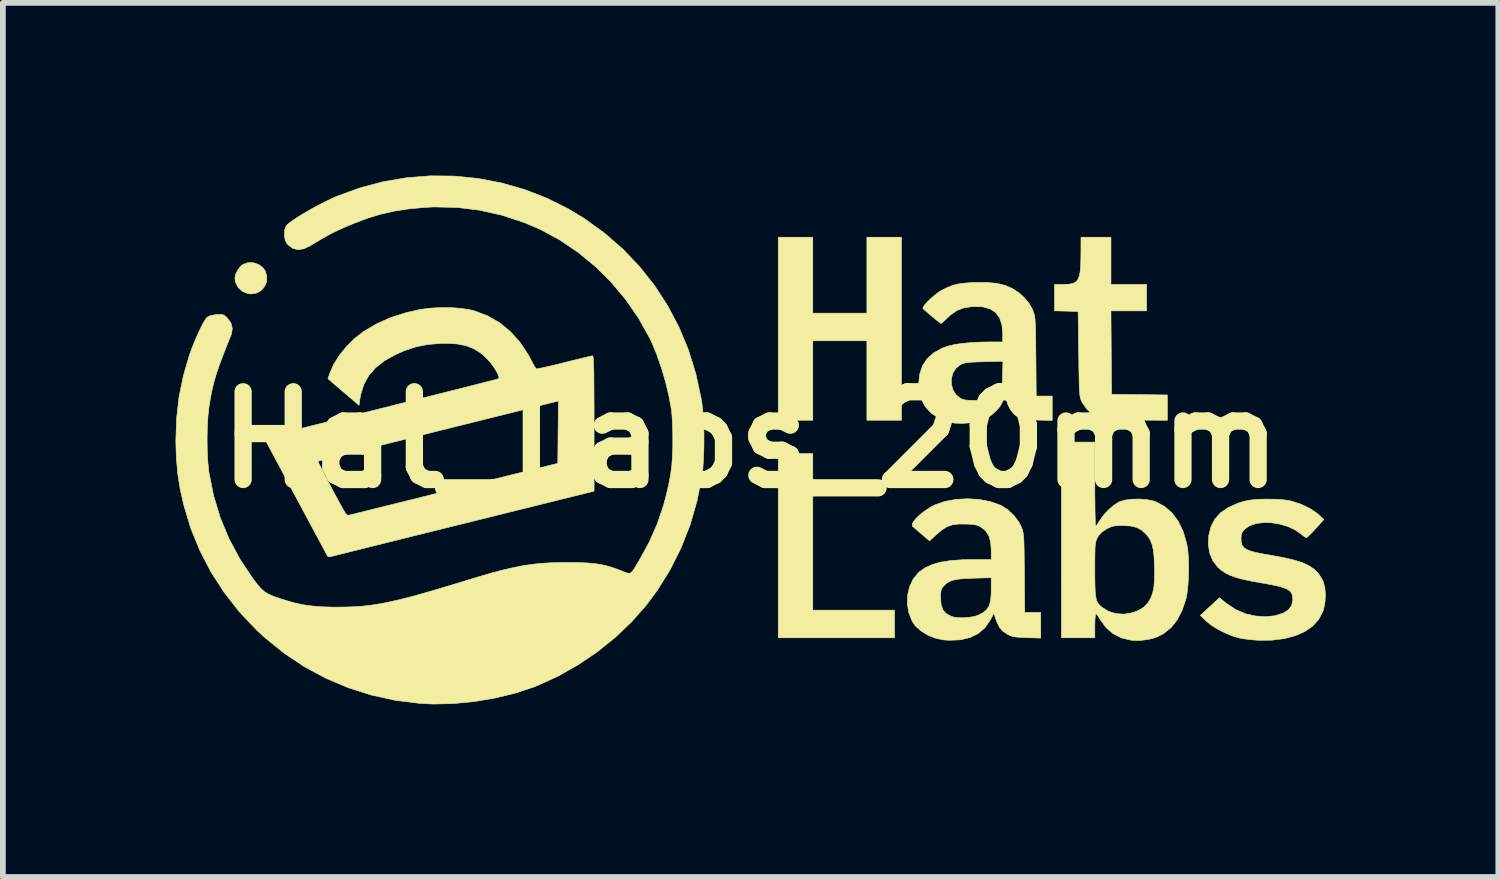
<source format=kicad_pcb>
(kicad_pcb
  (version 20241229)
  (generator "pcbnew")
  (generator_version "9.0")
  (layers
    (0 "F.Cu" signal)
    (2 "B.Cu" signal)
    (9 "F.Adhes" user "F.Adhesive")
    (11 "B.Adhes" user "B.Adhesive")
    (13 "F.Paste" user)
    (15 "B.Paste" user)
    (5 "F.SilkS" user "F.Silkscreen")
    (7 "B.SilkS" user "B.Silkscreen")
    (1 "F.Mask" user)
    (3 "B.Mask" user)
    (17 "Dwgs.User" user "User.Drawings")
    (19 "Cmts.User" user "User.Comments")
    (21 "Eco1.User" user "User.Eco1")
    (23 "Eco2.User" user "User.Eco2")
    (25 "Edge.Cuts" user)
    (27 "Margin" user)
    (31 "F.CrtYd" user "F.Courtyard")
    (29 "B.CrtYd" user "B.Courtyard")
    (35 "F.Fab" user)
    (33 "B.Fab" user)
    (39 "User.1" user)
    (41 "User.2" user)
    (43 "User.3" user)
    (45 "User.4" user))
  (footprint "Hat_Labs_20mm"
    (layer "F.Cu")
    (at 9.991 4.591)
    (property "Reference" "Hat_Labs_20mm" (at 0 0 0) (layer "F.SilkS") (effects (font (size 1.524 1.524) (thickness 0.3))))
    (attr through_hole)
    (fp_poly (pts (xy 1.08 2.96) (xy 2.5 2.96) (xy 2.5 3.44) (xy 0.48 3.44) (xy 0.48 0.24) (xy 1.08 0.24) (xy 1.08 2.96)) (stroke (width 0.01) (type solid)) (fill yes) (layer "F.SilkS"))
    (fp_poly (pts (xy 1.08 -2.2) (xy 2.02 -2.2) (xy 2.02 -3.52) (xy 2.62 -3.52) (xy 2.62 -0.34) (xy 2.02 -0.34) (xy 2.02 -1.72) (xy 1.08 -1.72) (xy 1.08 -0.34) (xy 0.48 -0.34) (xy 0.48 -3.52) (xy 1.08 -3.52) (xy 1.08 -2.2)) (stroke (width 0.01) (type solid)) (fill yes) (layer "F.SilkS"))
    (fp_poly (pts (xy -8.637 -3.076) (xy -8.547 -3.046) (xy -8.473 -2.99) (xy -8.432 -2.932) (xy -8.405 -2.834) (xy -8.411 -2.74) (xy -8.448 -2.657) (xy -8.509 -2.59) (xy -8.589 -2.548) (xy -8.684 -2.534) (xy -8.735 -2.541) (xy -8.83 -2.58) (xy -8.903 -2.646) (xy -8.948 -2.733) (xy -8.96 -2.81) (xy -8.945 -2.881) (xy -8.906 -2.956) (xy -8.854 -3.021) (xy -8.82 -3.047) (xy -8.732 -3.078) (xy -8.637 -3.076)) (stroke (width 0.01) (type solid)) (fill yes) (layer "F.SilkS"))
    (fp_poly (pts (xy 6.26 -2.7) (xy 6.88 -2.7) (xy 6.88 -2.24) (xy 6.26 -2.24) (xy 6.265 -1.515) (xy 6.27 -0.79) (xy 6.755 -0.785) (xy 7.24 -0.779) (xy 7.24 -0.34) (xy 6.705 -0.341) (xy 6.54 -0.341) (xy 6.409 -0.342) (xy 6.308 -0.345) (xy 6.23 -0.348) (xy 6.171 -0.354) (xy 6.124 -0.361) (xy 6.085 -0.371) (xy 6.063 -0.378) (xy 5.946 -0.438) (xy 5.843 -0.53) (xy 5.763 -0.645) (xy 5.756 -0.659) (xy 5.744 -0.683) (xy 5.734 -0.709) (xy 5.726 -0.739) (xy 5.72 -0.778) (xy 5.715 -0.831) (xy 5.711 -0.901) (xy 5.708 -0.993) (xy 5.706 -1.111) (xy 5.703 -1.26) (xy 5.701 -1.443) (xy 5.7 -1.49) (xy 5.69 -2.23) (xy 5.28 -2.241) (xy 5.28 -2.7) (xy 5.439 -2.7) (xy 5.528 -2.703) (xy 5.598 -2.716) (xy 5.65 -2.742) (xy 5.688 -2.787) (xy 5.713 -2.853) (xy 5.729 -2.947) (xy 5.736 -3.071) (xy 5.739 -3.23) (xy 5.739 -3.245) (xy 5.74 -3.52) (xy 6.26 -3.52) (xy 6.26 -2.7)) (stroke (width 0.01) (type solid)) (fill yes) (layer "F.SilkS"))
    (fp_poly (pts (xy 9.101 1.032) (xy 9.238 1.04) (xy 9.355 1.056) (xy 9.4 1.066) (xy 9.568 1.122) (xy 9.718 1.194) (xy 9.84 1.276) (xy 9.868 1.3) (xy 9.959 1.384) (xy 9.817 1.542) (xy 9.757 1.607) (xy 9.705 1.659) (xy 9.669 1.692) (xy 9.655 1.7) (xy 9.629 1.688) (xy 9.587 1.657) (xy 9.567 1.64) (xy 9.458 1.564) (xy 9.331 1.505) (xy 9.191 1.464) (xy 9.048 1.441) (xy 8.908 1.438) (xy 8.779 1.455) (xy 8.669 1.493) (xy 8.585 1.551) (xy 8.544 1.599) (xy 8.525 1.646) (xy 8.52 1.712) (xy 8.52 1.714) (xy 8.524 1.777) (xy 8.537 1.828) (xy 8.566 1.869) (xy 8.613 1.903) (xy 8.683 1.932) (xy 8.78 1.958) (xy 8.909 1.984) (xy 9.06 2.01) (xy 9.27 2.049) (xy 9.444 2.09) (xy 9.587 2.135) (xy 9.701 2.188) (xy 9.793 2.25) (xy 9.864 2.323) (xy 9.921 2.409) (xy 9.95 2.47) (xy 9.976 2.565) (xy 9.986 2.683) (xy 9.98 2.809) (xy 9.958 2.928) (xy 9.939 2.989) (xy 9.868 3.123) (xy 9.763 3.238) (xy 9.627 3.332) (xy 9.463 3.404) (xy 9.273 3.454) (xy 9.06 3.481) (xy 8.826 3.483) (xy 8.749 3.478) (xy 8.655 3.469) (xy 8.559 3.456) (xy 8.481 3.442) (xy 8.479 3.441) (xy 8.365 3.406) (xy 8.24 3.354) (xy 8.115 3.29) (xy 8.004 3.221) (xy 7.919 3.153) (xy 7.912 3.147) (xy 7.814 3.05) (xy 8.146 2.744) (xy 8.258 2.836) (xy 8.426 2.949) (xy 8.607 3.025) (xy 8.77 3.061) (xy 8.95 3.074) (xy 9.109 3.057) (xy 9.252 3.011) (xy 9.254 3.01) (xy 9.343 2.955) (xy 9.397 2.884) (xy 9.419 2.793) (xy 9.42 2.77) (xy 9.415 2.71) (xy 9.397 2.661) (xy 9.362 2.62) (xy 9.305 2.587) (xy 9.223 2.557) (xy 9.111 2.53) (xy 8.965 2.502) (xy 8.9 2.491) (xy 8.71 2.457) (xy 8.555 2.424) (xy 8.429 2.39) (xy 8.327 2.353) (xy 8.242 2.31) (xy 8.171 2.261) (xy 8.118 2.214) (xy 8.032 2.103) (xy 7.976 1.969) (xy 7.952 1.817) (xy 7.96 1.661) (xy 7.998 1.508) (xy 8.066 1.377) (xy 8.166 1.266) (xy 8.3 1.175) (xy 8.468 1.101) (xy 8.58 1.066) (xy 8.681 1.047) (xy 8.81 1.035) (xy 8.954 1.03) (xy 9.101 1.032)) (stroke (width 0.01) (type solid)) (fill yes) (layer "F.SilkS"))
    (fp_poly (pts (xy 5.98 0.77) (xy 5.98 0.936) (xy 5.982 1.089) (xy 5.983 1.225) (xy 5.986 1.338) (xy 5.988 1.424) (xy 5.992 1.48) (xy 5.995 1.5) (xy 5.995 1.5) (xy 6.013 1.484) (xy 6.041 1.443) (xy 6.058 1.415) (xy 6.128 1.314) (xy 6.216 1.218) (xy 6.311 1.136) (xy 6.402 1.079) (xy 6.406 1.077) (xy 6.502 1.048) (xy 6.622 1.032) (xy 6.753 1.029) (xy 6.883 1.039) (xy 6.997 1.062) (xy 7.036 1.075) (xy 7.19 1.157) (xy 7.322 1.271) (xy 7.43 1.416) (xy 7.515 1.594) (xy 7.576 1.801) (xy 7.582 1.83) (xy 7.598 1.941) (xy 7.607 2.077) (xy 7.61 2.228) (xy 7.607 2.382) (xy 7.598 2.53) (xy 7.584 2.66) (xy 7.564 2.762) (xy 7.564 2.764) (xy 7.496 2.964) (xy 7.411 3.129) (xy 7.306 3.261) (xy 7.181 3.362) (xy 7.118 3.398) (xy 7.055 3.427) (xy 6.995 3.448) (xy 6.927 3.464) (xy 6.838 3.478) (xy 6.76 3.487) (xy 6.712 3.488) (xy 6.643 3.484) (xy 6.6 3.48) (xy 6.44 3.441) (xy 6.296 3.367) (xy 6.173 3.26) (xy 6.076 3.126) (xy 6.041 3.07) (xy 6.013 3.031) (xy 5.998 3.02) (xy 5.991 3.039) (xy 5.985 3.089) (xy 5.981 3.163) (xy 5.98 3.23) (xy 5.98 3.44) (xy 5.4 3.44) (xy 5.4 2.255) (xy 5.98 2.255) (xy 5.98 2.419) (xy 5.983 2.549) (xy 5.987 2.649) (xy 5.996 2.725) (xy 6.008 2.782) (xy 6.027 2.826) (xy 6.052 2.861) (xy 6.084 2.893) (xy 6.101 2.908) (xy 6.218 2.981) (xy 6.351 3.021) (xy 6.494 3.029) (xy 6.64 3.003) (xy 6.74 2.964) (xy 6.832 2.907) (xy 6.902 2.832) (xy 6.914 2.815) (xy 6.954 2.744) (xy 6.984 2.666) (xy 7.004 2.575) (xy 7.015 2.463) (xy 7.018 2.324) (xy 7.016 2.192) (xy 7.01 2.039) (xy 6.997 1.919) (xy 6.977 1.825) (xy 6.947 1.748) (xy 6.906 1.682) (xy 6.864 1.633) (xy 6.788 1.566) (xy 6.706 1.522) (xy 6.608 1.498) (xy 6.483 1.49) (xy 6.47 1.49) (xy 6.38 1.491) (xy 6.316 1.497) (xy 6.265 1.51) (xy 6.214 1.533) (xy 6.18 1.551) (xy 6.101 1.604) (xy 6.047 1.663) (xy 6.025 1.701) (xy 6.011 1.731) (xy 6 1.761) (xy 5.992 1.797) (xy 5.986 1.845) (xy 5.983 1.91) (xy 5.981 1.999) (xy 5.98 2.116) (xy 5.98 2.255) (xy 5.4 2.255) (xy 5.4 0.04) (xy 5.98 0.04) (xy 5.98 0.77)) (stroke (width 0.01) (type solid)) (fill yes) (layer "F.SilkS"))
    (fp_poly (pts (xy 3.975 1.037) (xy 4.169 1.075) (xy 4.342 1.136) (xy 4.355 1.142) (xy 4.467 1.214) (xy 4.572 1.312) (xy 4.657 1.424) (xy 4.702 1.511) (xy 4.715 1.544) (xy 4.725 1.576) (xy 4.733 1.61) (xy 4.74 1.653) (xy 4.745 1.709) (xy 4.748 1.781) (xy 4.751 1.876) (xy 4.753 1.997) (xy 4.754 2.149) (xy 4.756 2.315) (xy 4.762 3) (xy 5.04 3) (xy 5.04 3.445) (xy 4.795 3.437) (xy 4.687 3.432) (xy 4.61 3.426) (xy 4.553 3.417) (xy 4.508 3.402) (xy 4.466 3.381) (xy 4.462 3.379) (xy 4.381 3.324) (xy 4.323 3.257) (xy 4.278 3.165) (xy 4.261 3.119) (xy 4.227 3.012) (xy 4.16 3.137) (xy 4.07 3.266) (xy 3.953 3.366) (xy 3.811 3.436) (xy 3.644 3.475) (xy 3.453 3.483) (xy 3.356 3.477) (xy 3.217 3.449) (xy 3.083 3.396) (xy 2.963 3.323) (xy 2.866 3.237) (xy 2.806 3.152) (xy 2.749 3.005) (xy 2.723 2.851) (xy 2.727 2.743) (xy 3.3 2.743) (xy 3.309 2.861) (xy 3.337 2.95) (xy 3.39 3.014) (xy 3.471 3.06) (xy 3.522 3.078) (xy 3.594 3.09) (xy 3.688 3.092) (xy 3.788 3.085) (xy 3.88 3.071) (xy 3.94 3.053) (xy 4.032 3.007) (xy 4.098 2.955) (xy 4.142 2.889) (xy 4.167 2.803) (xy 4.179 2.688) (xy 4.18 2.609) (xy 4.18 2.396) (xy 3.875 2.404) (xy 3.725 2.411) (xy 3.609 2.421) (xy 3.519 2.438) (xy 3.451 2.463) (xy 3.397 2.497) (xy 3.352 2.542) (xy 3.35 2.544) (xy 3.322 2.582) (xy 3.307 2.624) (xy 3.301 2.684) (xy 3.3 2.743) (xy 2.727 2.743) (xy 2.728 2.697) (xy 2.762 2.551) (xy 2.824 2.42) (xy 2.913 2.311) (xy 2.933 2.293) (xy 3.037 2.221) (xy 3.161 2.165) (xy 3.309 2.124) (xy 3.485 2.097) (xy 3.692 2.083) (xy 3.852 2.08) (xy 4.18 2.08) (xy 4.18 1.916) (xy 4.17 1.778) (xy 4.14 1.67) (xy 4.087 1.586) (xy 4.015 1.525) (xy 3.97 1.498) (xy 3.924 1.481) (xy 3.864 1.471) (xy 3.779 1.465) (xy 3.75 1.464) (xy 3.613 1.463) (xy 3.504 1.478) (xy 3.41 1.511) (xy 3.32 1.568) (xy 3.236 1.639) (xy 3.109 1.755) (xy 2.969 1.637) (xy 2.906 1.582) (xy 2.853 1.537) (xy 2.819 1.507) (xy 2.812 1.5) (xy 2.806 1.468) (xy 2.829 1.421) (xy 2.876 1.364) (xy 2.942 1.301) (xy 3.022 1.238) (xy 3.11 1.18) (xy 3.201 1.131) (xy 3.204 1.13) (xy 3.376 1.07) (xy 3.568 1.035) (xy 3.772 1.024) (xy 3.975 1.037)) (stroke (width 0.01) (type solid)) (fill yes) (layer "F.SilkS"))
    (fp_poly (pts (xy 4.275 -2.718) (xy 4.422 -2.683) (xy 4.55 -2.627) (xy 4.667 -2.549) (xy 4.743 -2.481) (xy 4.831 -2.38) (xy 4.891 -2.277) (xy 4.902 -2.25) (xy 4.915 -2.216) (xy 4.925 -2.184) (xy 4.933 -2.148) (xy 4.94 -2.104) (xy 4.944 -2.047) (xy 4.948 -1.972) (xy 4.951 -1.876) (xy 4.953 -1.752) (xy 4.954 -1.597) (xy 4.956 -1.445) (xy 4.962 -0.76) (xy 5.24 -0.76) (xy 5.24 -0.337) (xy 4.985 -0.343) (xy 4.868 -0.348) (xy 4.782 -0.354) (xy 4.72 -0.365) (xy 4.672 -0.38) (xy 4.652 -0.389) (xy 4.58 -0.442) (xy 4.516 -0.521) (xy 4.468 -0.613) (xy 4.451 -0.671) (xy 4.436 -0.723) (xy 4.417 -0.736) (xy 4.396 -0.709) (xy 4.379 -0.666) (xy 4.337 -0.587) (xy 4.268 -0.505) (xy 4.181 -0.428) (xy 4.085 -0.366) (xy 4.029 -0.341) (xy 3.928 -0.312) (xy 3.806 -0.294) (xy 3.676 -0.286) (xy 3.554 -0.289) (xy 3.453 -0.304) (xy 3.44 -0.307) (xy 3.273 -0.373) (xy 3.138 -0.463) (xy 3.034 -0.576) (xy 2.963 -0.711) (xy 2.926 -0.868) (xy 2.92 -0.969) (xy 2.929 -1.062) (xy 3.488 -1.062) (xy 3.489 -0.962) (xy 3.516 -0.866) (xy 3.569 -0.782) (xy 3.648 -0.719) (xy 3.67 -0.708) (xy 3.731 -0.692) (xy 3.817 -0.684) (xy 3.915 -0.682) (xy 4.011 -0.687) (xy 4.091 -0.7) (xy 4.105 -0.704) (xy 4.164 -0.731) (xy 4.233 -0.776) (xy 4.277 -0.812) (xy 4.37 -0.895) (xy 4.384 -1.364) (xy 4.057 -1.357) (xy 3.932 -1.353) (xy 3.84 -1.349) (xy 3.773 -1.344) (xy 3.724 -1.335) (xy 3.685 -1.323) (xy 3.65 -1.307) (xy 3.645 -1.305) (xy 3.566 -1.242) (xy 3.513 -1.158) (xy 3.488 -1.062) (xy 2.929 -1.062) (xy 2.937 -1.139) (xy 2.986 -1.286) (xy 3.069 -1.411) (xy 3.185 -1.514) (xy 3.333 -1.594) (xy 3.439 -1.631) (xy 3.543 -1.655) (xy 3.679 -1.675) (xy 3.837 -1.689) (xy 4.008 -1.698) (xy 4.135 -1.7) (xy 4.38 -1.7) (xy 4.38 -1.851) (xy 4.366 -2) (xy 4.325 -2.12) (xy 4.256 -2.212) (xy 4.16 -2.275) (xy 4.035 -2.31) (xy 3.882 -2.316) (xy 3.848 -2.314) (xy 3.708 -2.293) (xy 3.591 -2.25) (xy 3.484 -2.178) (xy 3.423 -2.123) (xy 3.371 -2.073) (xy 3.33 -2.037) (xy 3.309 -2.02) (xy 3.308 -2.02) (xy 3.29 -2.032) (xy 3.25 -2.064) (xy 3.195 -2.108) (xy 3.133 -2.16) (xy 3.071 -2.212) (xy 3.017 -2.259) (xy 2.994 -2.28) (xy 2.996 -2.302) (xy 3.023 -2.343) (xy 3.07 -2.395) (xy 3.129 -2.453) (xy 3.195 -2.51) (xy 3.26 -2.561) (xy 3.318 -2.597) (xy 3.417 -2.646) (xy 3.507 -2.682) (xy 3.599 -2.706) (xy 3.705 -2.721) (xy 3.835 -2.731) (xy 3.9 -2.734) (xy 4.103 -2.734) (xy 4.275 -2.718)) (stroke (width 0.01) (type solid)) (fill yes) (layer "F.SilkS"))
    (fp_poly (pts (xy -5.216 -2.297) (xy -5.038 -2.284) (xy -4.879 -2.26) (xy -4.801 -2.241) (xy -4.57 -2.154) (xy -4.361 -2.034) (xy -4.173 -1.88) (xy -4.006 -1.693) (xy -3.859 -1.471) (xy -3.803 -1.366) (xy -3.77 -1.303) (xy -3.741 -1.255) (xy -3.725 -1.233) (xy -3.724 -1.233) (xy -3.701 -1.235) (xy -3.645 -1.245) (xy -3.561 -1.264) (xy -3.455 -1.288) (xy -3.332 -1.318) (xy -3.239 -1.341) (xy -3.107 -1.374) (xy -2.987 -1.403) (xy -2.886 -1.428) (xy -2.808 -1.446) (xy -2.759 -1.457) (xy -2.745 -1.459) (xy -2.74 -1.452) (xy -2.735 -1.427) (xy -2.731 -1.383) (xy -2.728 -1.316) (xy -2.725 -1.225) (xy -2.723 -1.106) (xy -2.722 -0.958) (xy -2.721 -0.778) (xy -2.72 -0.563) (xy -2.72 -0.31) (xy -2.72 -0.284) (xy -2.72 0.892) (xy -5.005 1.459) (xy -5.3 1.532) (xy -5.584 1.603) (xy -5.855 1.67) (xy -6.111 1.734) (xy -6.348 1.793) (xy -6.566 1.847) (xy -6.76 1.895) (xy -6.929 1.938) (xy -7.07 1.973) (xy -7.182 2.001) (xy -7.261 2.021) (xy -7.304 2.032) (xy -7.313 2.034) (xy -7.342 2.03) (xy -7.347 2.024) (xy -7.359 2.004) (xy -7.387 1.951) (xy -7.431 1.87) (xy -7.489 1.762) (xy -7.559 1.632) (xy -7.639 1.483) (xy -7.727 1.318) (xy -7.823 1.139) (xy -7.906 0.985) (xy -8.234 0.372) (xy -7.517 0.372) (xy -7.511 0.391) (xy -7.487 0.439) (xy -7.451 0.511) (xy -7.405 0.601) (xy -7.351 0.705) (xy -7.292 0.816) (xy -7.232 0.929) (xy -7.173 1.038) (xy -7.119 1.138) (xy -7.076 1.215) (xy -7.041 1.273) (xy -7.016 1.303) (xy -6.991 1.311) (xy -6.964 1.306) (xy -6.937 1.3) (xy -6.874 1.284) (xy -6.778 1.26) (xy -6.651 1.229) (xy -6.497 1.19) (xy -6.319 1.146) (xy -6.118 1.096) (xy -5.898 1.042) (xy -5.663 0.983) (xy -5.413 0.921) (xy -5.154 0.857) (xy -5.13 0.851) (xy -3.35 0.409) (xy -3.345 -0.133) (xy -3.339 -0.675) (xy -5.425 -0.155) (xy -5.706 -0.084) (xy -5.976 -0.017) (xy -6.233 0.047) (xy -6.473 0.108) (xy -6.695 0.163) (xy -6.896 0.214) (xy -7.073 0.259) (xy -7.224 0.297) (xy -7.347 0.328) (xy -7.438 0.351) (xy -7.496 0.366) (xy -7.517 0.372) (xy -7.517 0.372) (xy -8.234 0.372) (xy -8.454 -0.037) (xy -6.425 -0.543) (xy -6.148 -0.613) (xy -5.881 -0.68) (xy -5.628 -0.743) (xy -5.39 -0.803) (xy -5.172 -0.858) (xy -4.974 -0.908) (xy -4.8 -0.952) (xy -4.653 -0.99) (xy -4.534 -1.02) (xy -4.447 -1.043) (xy -4.393 -1.057) (xy -4.377 -1.062) (xy -4.372 -1.087) (xy -4.388 -1.135) (xy -4.421 -1.198) (xy -4.467 -1.27) (xy -4.522 -1.343) (xy -4.572 -1.401) (xy -4.688 -1.506) (xy -4.812 -1.584) (xy -4.95 -1.637) (xy -5.109 -1.667) (xy -5.294 -1.676) (xy -5.39 -1.674) (xy -5.611 -1.656) (xy -5.812 -1.616) (xy -6.008 -1.552) (xy -6.172 -1.479) (xy -6.362 -1.373) (xy -6.515 -1.253) (xy -6.634 -1.117) (xy -6.719 -0.962) (xy -6.774 -0.787) (xy -6.79 -0.695) (xy -6.803 -0.6) (xy -7.006 -0.773) (xy -7.089 -0.843) (xy -7.166 -0.909) (xy -7.231 -0.964) (xy -7.274 -1.001) (xy -7.276 -1.004) (xy -7.343 -1.061) (xy -7.311 -1.156) (xy -7.245 -1.308) (xy -7.147 -1.464) (xy -7.026 -1.615) (xy -6.888 -1.754) (xy -6.739 -1.871) (xy -6.728 -1.879) (xy -6.5 -2.014) (xy -6.258 -2.122) (xy -5.993 -2.207) (xy -5.751 -2.263) (xy -5.584 -2.286) (xy -5.402 -2.297) (xy -5.216 -2.297)) (stroke (width 0.01) (type solid)) (fill yes) (layer "F.SilkS"))
    (fp_poly (pts (xy -5.149 -4.582) (xy -4.737 -4.541) (xy -4.33 -4.463) (xy -3.932 -4.35) (xy -3.544 -4.2) (xy -3.17 -4.014) (xy -2.89 -3.845) (xy -2.54 -3.592) (xy -2.218 -3.312) (xy -1.927 -3.006) (xy -1.666 -2.676) (xy -1.438 -2.324) (xy -1.242 -1.951) (xy -1.079 -1.558) (xy -0.952 -1.147) (xy -0.86 -0.72) (xy -0.847 -0.64) (xy -0.829 -0.487) (xy -0.817 -0.307) (xy -0.811 -0.109) (xy -0.811 0.095) (xy -0.817 0.294) (xy -0.828 0.477) (xy -0.846 0.631) (xy -0.847 0.64) (xy -0.932 1.066) (xy -1.052 1.48) (xy -1.208 1.877) (xy -1.398 2.257) (xy -1.621 2.615) (xy -1.81 2.87) (xy -2.064 3.159) (xy -2.351 3.432) (xy -2.663 3.683) (xy -2.997 3.909) (xy -3.345 4.106) (xy -3.702 4.269) (xy -3.778 4.299) (xy -4.098 4.404) (xy -4.441 4.487) (xy -4.798 4.547) (xy -5.156 4.582) (xy -5.507 4.591) (xy -5.74 4.58) (xy -6.168 4.527) (xy -6.585 4.436) (xy -6.988 4.308) (xy -7.377 4.144) (xy -7.749 3.944) (xy -8.103 3.709) (xy -8.436 3.44) (xy -8.588 3.3) (xy -8.883 2.988) (xy -9.145 2.653) (xy -9.375 2.298) (xy -9.569 1.924) (xy -9.728 1.533) (xy -9.849 1.131) (xy -9.911 0.855) (xy -9.953 0.589) (xy -9.977 0.318) (xy -9.986 0.025) (xy -9.986 0.01) (xy -9.972 -0.382) (xy -9.929 -0.754) (xy -9.854 -1.116) (xy -9.757 -1.449) (xy -9.711 -1.578) (xy -9.66 -1.708) (xy -9.607 -1.831) (xy -9.555 -1.943) (xy -9.507 -2.035) (xy -9.466 -2.101) (xy -9.442 -2.129) (xy -9.382 -2.159) (xy -9.285 -2.176) (xy -9.28 -2.176) (xy -9.211 -2.179) (xy -9.168 -2.174) (xy -9.133 -2.154) (xy -9.092 -2.116) (xy -9.029 -2.03) (xy -9.005 -1.936) (xy -9.02 -1.838) (xy -9.025 -1.824) (xy -9.11 -1.614) (xy -9.18 -1.434) (xy -9.238 -1.277) (xy -9.285 -1.137) (xy -9.323 -1.007) (xy -9.354 -0.88) (xy -9.38 -0.75) (xy -9.404 -0.611) (xy -9.41 -0.568) (xy -9.428 -0.412) (xy -9.439 -0.23) (xy -9.443 -0.033) (xy -9.441 0.167) (xy -9.432 0.356) (xy -9.417 0.523) (xy -9.41 0.57) (xy -9.331 0.968) (xy -9.215 1.352) (xy -9.062 1.72) (xy -8.872 2.074) (xy -8.644 2.415) (xy -8.62 2.447) (xy -8.556 2.529) (xy -8.499 2.593) (xy -8.441 2.642) (xy -8.373 2.683) (xy -8.289 2.719) (xy -8.179 2.758) (xy -8.087 2.787) (xy -7.93 2.832) (xy -7.778 2.865) (xy -7.623 2.887) (xy -7.452 2.901) (xy -7.256 2.907) (xy -7.18 2.907) (xy -7.028 2.905) (xy -6.883 2.9) (xy -6.741 2.89) (xy -6.599 2.874) (xy -6.452 2.851) (xy -6.295 2.821) (xy -6.125 2.783) (xy -5.937 2.736) (xy -5.727 2.679) (xy -5.491 2.611) (xy -5.225 2.531) (xy -4.99 2.46) (xy -4.733 2.382) (xy -4.507 2.316) (xy -4.307 2.263) (xy -4.126 2.221) (xy -3.96 2.188) (xy -3.801 2.164) (xy -3.644 2.147) (xy -3.483 2.137) (xy -3.313 2.132) (xy -3.19 2.131) (xy -2.999 2.133) (xy -2.84 2.139) (xy -2.704 2.151) (xy -2.584 2.17) (xy -2.472 2.197) (xy -2.359 2.233) (xy -2.261 2.27) (xy -2.193 2.298) (xy -2.143 2.316) (xy -2.106 2.32) (xy -2.075 2.306) (xy -2.044 2.271) (xy -2.005 2.212) (xy -1.953 2.123) (xy -1.933 2.09) (xy -1.761 1.776) (xy -1.622 1.461) (xy -1.511 1.133) (xy -1.461 0.942) (xy -1.42 0.762) (xy -1.39 0.601) (xy -1.37 0.449) (xy -1.358 0.29) (xy -1.352 0.111) (xy -1.352 0) (xy -1.353 -0.13) (xy -1.357 -0.261) (xy -1.363 -0.381) (xy -1.371 -0.479) (xy -1.376 -0.522) (xy -1.418 -0.755) (xy -1.477 -1.002) (xy -1.55 -1.25) (xy -1.632 -1.486) (xy -1.721 -1.7) (xy -1.755 -1.77) (xy -1.947 -2.113) (xy -2.17 -2.436) (xy -2.421 -2.736) (xy -2.698 -3.011) (xy -2.998 -3.257) (xy -3.317 -3.473) (xy -3.653 -3.655) (xy -3.928 -3.773) (xy -4.316 -3.901) (xy -4.708 -3.989) (xy -5.103 -4.037) (xy -5.502 -4.046) (xy -5.654 -4.038) (xy -5.929 -4.013) (xy -6.181 -3.975) (xy -6.421 -3.921) (xy -6.661 -3.848) (xy -6.912 -3.753) (xy -7.071 -3.685) (xy -7.165 -3.642) (xy -7.248 -3.603) (xy -7.328 -3.561) (xy -7.416 -3.512) (xy -7.518 -3.452) (xy -7.646 -3.375) (xy -7.649 -3.373) (xy -7.762 -3.319) (xy -7.864 -3.303) (xy -7.955 -3.325) (xy -8.035 -3.386) (xy -8.058 -3.412) (xy -8.088 -3.475) (xy -8.1 -3.557) (xy -8.096 -3.641) (xy -8.073 -3.709) (xy -8.068 -3.717) (xy -8.03 -3.755) (xy -7.961 -3.807) (xy -7.868 -3.869) (xy -7.757 -3.937) (xy -7.634 -4.008) (xy -7.505 -4.078) (xy -7.375 -4.144) (xy -7.252 -4.203) (xy -7.19 -4.23) (xy -6.794 -4.375) (xy -6.389 -4.483) (xy -5.978 -4.553) (xy -5.563 -4.586) (xy -5.149 -4.582)) (stroke (width 0.01) (type solid)) (fill yes) (layer "F.SilkS")))
  (gr_rect
    (start -3 -3)
    (end 22.981 12.187)
    (stroke (width 0.1) (type default))
    (fill no)
    (layer "Edge.Cuts")))
</source>
